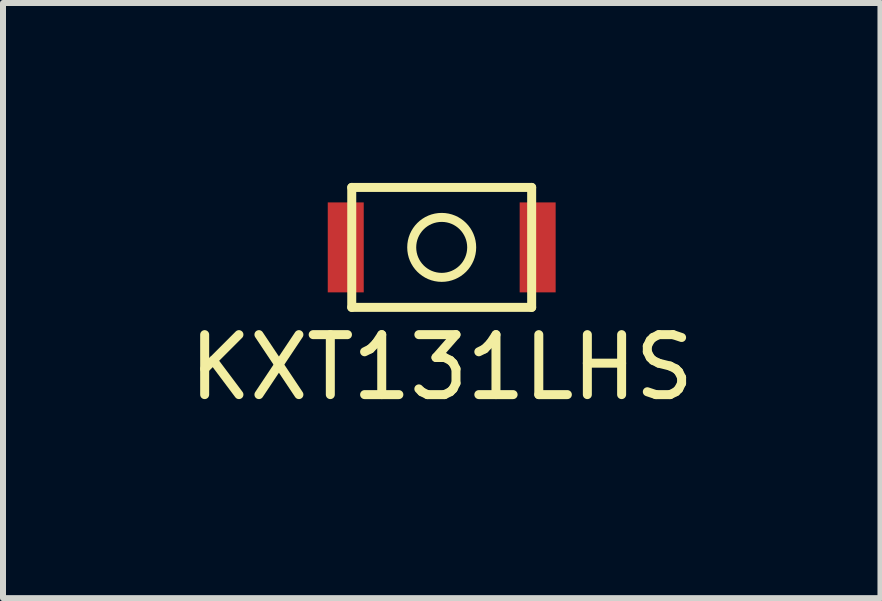
<source format=kicad_pcb>
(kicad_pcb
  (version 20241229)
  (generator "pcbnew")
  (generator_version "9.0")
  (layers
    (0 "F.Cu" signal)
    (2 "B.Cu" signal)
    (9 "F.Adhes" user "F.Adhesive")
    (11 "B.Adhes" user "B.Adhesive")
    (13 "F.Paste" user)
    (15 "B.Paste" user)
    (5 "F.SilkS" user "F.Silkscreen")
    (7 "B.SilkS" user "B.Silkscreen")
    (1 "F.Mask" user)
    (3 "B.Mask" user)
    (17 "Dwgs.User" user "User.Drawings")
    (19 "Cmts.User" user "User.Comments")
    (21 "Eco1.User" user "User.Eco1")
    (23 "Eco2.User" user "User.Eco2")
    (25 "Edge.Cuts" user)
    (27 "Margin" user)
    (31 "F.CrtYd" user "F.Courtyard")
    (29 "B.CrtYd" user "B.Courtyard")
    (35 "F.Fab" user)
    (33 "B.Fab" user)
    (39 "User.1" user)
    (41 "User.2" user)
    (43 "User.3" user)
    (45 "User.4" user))
  (footprint "KXT131LHS"
    (layer "F.Cu")
    (at 4.315 1.075)
    (property "Reference" "KXT131LHS" (at 0 2 0) (layer "F.SilkS") (effects (font (size 1 1) (thickness 0.15))))
    (attr through_hole)
    (fp_line (start -1.5 -1) (end -1.5 1) (stroke (width 0.15) (type solid)) (layer "F.SilkS"))
    (fp_line (start -1.5 1) (end 1.5 1) (stroke (width 0.15) (type solid)) (layer "F.SilkS"))
    (fp_line (start 1.5 -1) (end -1.5 -1) (stroke (width 0.15) (type solid)) (layer "F.SilkS"))
    (fp_line (start 1.5 1) (end 1.5 -1) (stroke (width 0.15) (type solid)) (layer "F.SilkS"))
    (fp_circle (center 0 0) (end 0 -0.5) (stroke (width 0.15) (type solid)) (fill no) (layer "F.SilkS"))
    (pad "1" smd rect (at -1.6 0) (size 0.6 1.5) (layers "F.Cu" "F.Mask" "F.Paste"))
    (pad "2" smd rect (at 1.6 0) (size 0.6 1.5) (layers "F.Cu" "F.Mask" "F.Paste")))
  (gr_rect
    (start -3 -3)
    (end 11.631 6.923)
    (stroke (width 0.1) (type default))
    (fill no)
    (layer "Edge.Cuts")))
</source>
